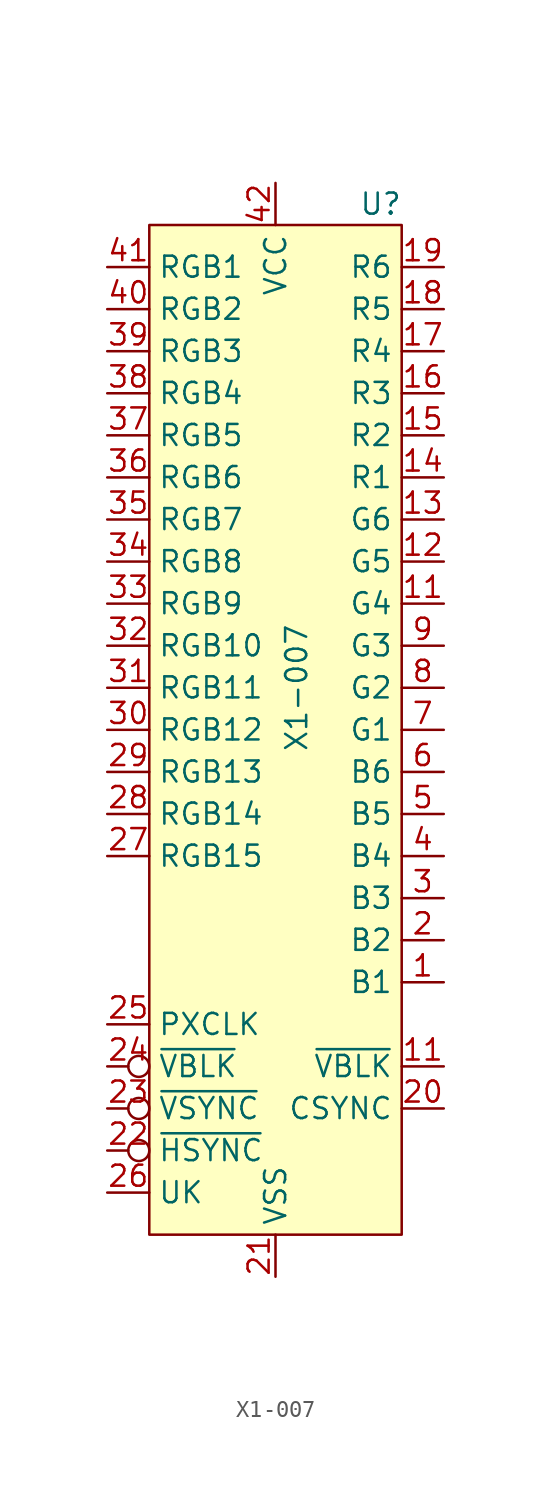
<source format=kicad_sym>
(kicad_symbol_lib
  (version 20211014)
  (generator kicad_symbol_editor)
  (symbol "X1-007"
    (property "Reference" "U"
      (at 6.35 29.21 0)
      (effects (font (size 1.27 1.27))))
    (property "Value" "X1-007"
      (at 1.27 0 90)
      (effects (font (size 1.27 1.27))))
    (symbol "X1-007_0_1"
      (rectangle (start -7.62 27.94) (end 7.62 -33.02) (stroke (width 0) (type default) (color 0 0 0 0)) (fill (type background))))
    (symbol "X1-007_1_1"
      (pin output line (at 10.16 -17.78 180) (length 2.54) (name "B1" (effects (font (size 1.27 1.27)))) (number "1" (effects (font (size 1.27 1.27)))))
      (pin output line (at 10.16 5.08 180) (length 2.54) (name "G4" (effects (font (size 1.27 1.27)))) (number "11" (effects (font (size 1.27 1.27)))))
      (pin output line (at 10.16 -22.86 180) (length 2.54) (name "~{VBLK}" (effects (font (size 1.27 1.27)))) (number "11" (effects (font (size 1.27 1.27)))))
      (pin output line (at 10.16 7.62 180) (length 2.54) (name "G5" (effects (font (size 1.27 1.27)))) (number "12" (effects (font (size 1.27 1.27)))))
      (pin output line (at 10.16 10.16 180) (length 2.54) (name "G6" (effects (font (size 1.27 1.27)))) (number "13" (effects (font (size 1.27 1.27)))))
      (pin output line (at 10.16 12.7 180) (length 2.54) (name "R1" (effects (font (size 1.27 1.27)))) (number "14" (effects (font (size 1.27 1.27)))))
      (pin output line (at 10.16 15.24 180) (length 2.54) (name "R2" (effects (font (size 1.27 1.27)))) (number "15" (effects (font (size 1.27 1.27)))))
      (pin output line (at 10.16 17.78 180) (length 2.54) (name "R3" (effects (font (size 1.27 1.27)))) (number "16" (effects (font (size 1.27 1.27)))))
      (pin output line (at 10.16 20.32 180) (length 2.54) (name "R4" (effects (font (size 1.27 1.27)))) (number "17" (effects (font (size 1.27 1.27)))))
      (pin output line (at 10.16 22.86 180) (length 2.54) (name "R5" (effects (font (size 1.27 1.27)))) (number "18" (effects (font (size 1.27 1.27)))))
      (pin output line (at 10.16 25.4 180) (length 2.54) (name "R6" (effects (font (size 1.27 1.27)))) (number "19" (effects (font (size 1.27 1.27)))))
      (pin output line (at 10.16 -15.24 180) (length 2.54) (name "B2" (effects (font (size 1.27 1.27)))) (number "2" (effects (font (size 1.27 1.27)))))
      (pin output line (at 10.16 -25.4 180) (length 2.54) (name "CSYNC" (effects (font (size 1.27 1.27)))) (number "20" (effects (font (size 1.27 1.27)))))
      (pin power_in line (at 0 -35.56 90) (length 2.54) (name "VSS" (effects (font (size 1.27 1.27)))) (number "21" (effects (font (size 1.27 1.27)))))
      (pin input inverted (at -10.16 -27.94 0) (length 2.54) (name "~{HSYNC}" (effects (font (size 1.27 1.27)))) (number "22" (effects (font (size 1.27 1.27)))))
      (pin input inverted (at -10.16 -25.4 0) (length 2.54) (name "~{VSYNC}" (effects (font (size 1.27 1.27)))) (number "23" (effects (font (size 1.27 1.27)))))
      (pin input inverted (at -10.16 -22.86 0) (length 2.54) (name "~{VBLK}" (effects (font (size 1.27 1.27)))) (number "24" (effects (font (size 1.27 1.27)))))
      (pin input line (at -10.16 -20.32 0) (length 2.54) (name "PXCLK" (effects (font (size 1.27 1.27)))) (number "25" (effects (font (size 1.27 1.27)))))
      (pin input line (at -10.16 -30.48 0) (length 2.54) (name "UK" (effects (font (size 1.27 1.27)))) (number "26" (effects (font (size 1.27 1.27)))))
      (pin input line (at -10.16 -10.16 0) (length 2.54) (name "RGB15" (effects (font (size 1.27 1.27)))) (number "27" (effects (font (size 1.27 1.27)))))
      (pin input line (at -10.16 -7.62 0) (length 2.54) (name "RGB14" (effects (font (size 1.27 1.27)))) (number "28" (effects (font (size 1.27 1.27)))))
      (pin input line (at -10.16 -5.08 0) (length 2.54) (name "RGB13" (effects (font (size 1.27 1.27)))) (number "29" (effects (font (size 1.27 1.27)))))
      (pin output line (at 10.16 -12.7 180) (length 2.54) (name "B3" (effects (font (size 1.27 1.27)))) (number "3" (effects (font (size 1.27 1.27)))))
      (pin input line (at -10.16 -2.54 0) (length 2.54) (name "RGB12" (effects (font (size 1.27 1.27)))) (number "30" (effects (font (size 1.27 1.27)))))
      (pin input line (at -10.16 0 0) (length 2.54) (name "RGB11" (effects (font (size 1.27 1.27)))) (number "31" (effects (font (size 1.27 1.27)))))
      (pin input line (at -10.16 2.54 0) (length 2.54) (name "RGB10" (effects (font (size 1.27 1.27)))) (number "32" (effects (font (size 1.27 1.27)))))
      (pin input line (at -10.16 5.08 0) (length 2.54) (name "RGB9" (effects (font (size 1.27 1.27)))) (number "33" (effects (font (size 1.27 1.27)))))
      (pin input line (at -10.16 7.62 0) (length 2.54) (name "RGB8" (effects (font (size 1.27 1.27)))) (number "34" (effects (font (size 1.27 1.27)))))
      (pin input line (at -10.16 10.16 0) (length 2.54) (name "RGB7" (effects (font (size 1.27 1.27)))) (number "35" (effects (font (size 1.27 1.27)))))
      (pin input line (at -10.16 12.7 0) (length 2.54) (name "RGB6" (effects (font (size 1.27 1.27)))) (number "36" (effects (font (size 1.27 1.27)))))
      (pin input line (at -10.16 15.24 0) (length 2.54) (name "RGB5" (effects (font (size 1.27 1.27)))) (number "37" (effects (font (size 1.27 1.27)))))
      (pin input line (at -10.16 17.78 0) (length 2.54) (name "RGB4" (effects (font (size 1.27 1.27)))) (number "38" (effects (font (size 1.27 1.27)))))
      (pin input line (at -10.16 20.32 0) (length 2.54) (name "RGB3" (effects (font (size 1.27 1.27)))) (number "39" (effects (font (size 1.27 1.27)))))
      (pin output line (at 10.16 -10.16 180) (length 2.54) (name "B4" (effects (font (size 1.27 1.27)))) (number "4" (effects (font (size 1.27 1.27)))))
      (pin input line (at -10.16 22.86 0) (length 2.54) (name "RGB2" (effects (font (size 1.27 1.27)))) (number "40" (effects (font (size 1.27 1.27)))))
      (pin input line (at -10.16 25.4 0) (length 2.54) (name "RGB1" (effects (font (size 1.27 1.27)))) (number "41" (effects (font (size 1.27 1.27)))))
      (pin power_in line (at 0 30.48 270) (length 2.54) (name "VCC" (effects (font (size 1.27 1.27)))) (number "42" (effects (font (size 1.27 1.27)))))
      (pin output line (at 10.16 -7.62 180) (length 2.54) (name "B5" (effects (font (size 1.27 1.27)))) (number "5" (effects (font (size 1.27 1.27)))))
      (pin output line (at 10.16 -5.08 180) (length 2.54) (name "B6" (effects (font (size 1.27 1.27)))) (number "6" (effects (font (size 1.27 1.27)))))
      (pin output line (at 10.16 -2.54 180) (length 2.54) (name "G1" (effects (font (size 1.27 1.27)))) (number "7" (effects (font (size 1.27 1.27)))))
      (pin output line (at 10.16 0 180) (length 2.54) (name "G2" (effects (font (size 1.27 1.27)))) (number "8" (effects (font (size 1.27 1.27)))))
      (pin output line (at 10.16 2.54 180) (length 2.54) (name "G3" (effects (font (size 1.27 1.27)))) (number "9" (effects (font (size 1.27 1.27))))))))
</source>
